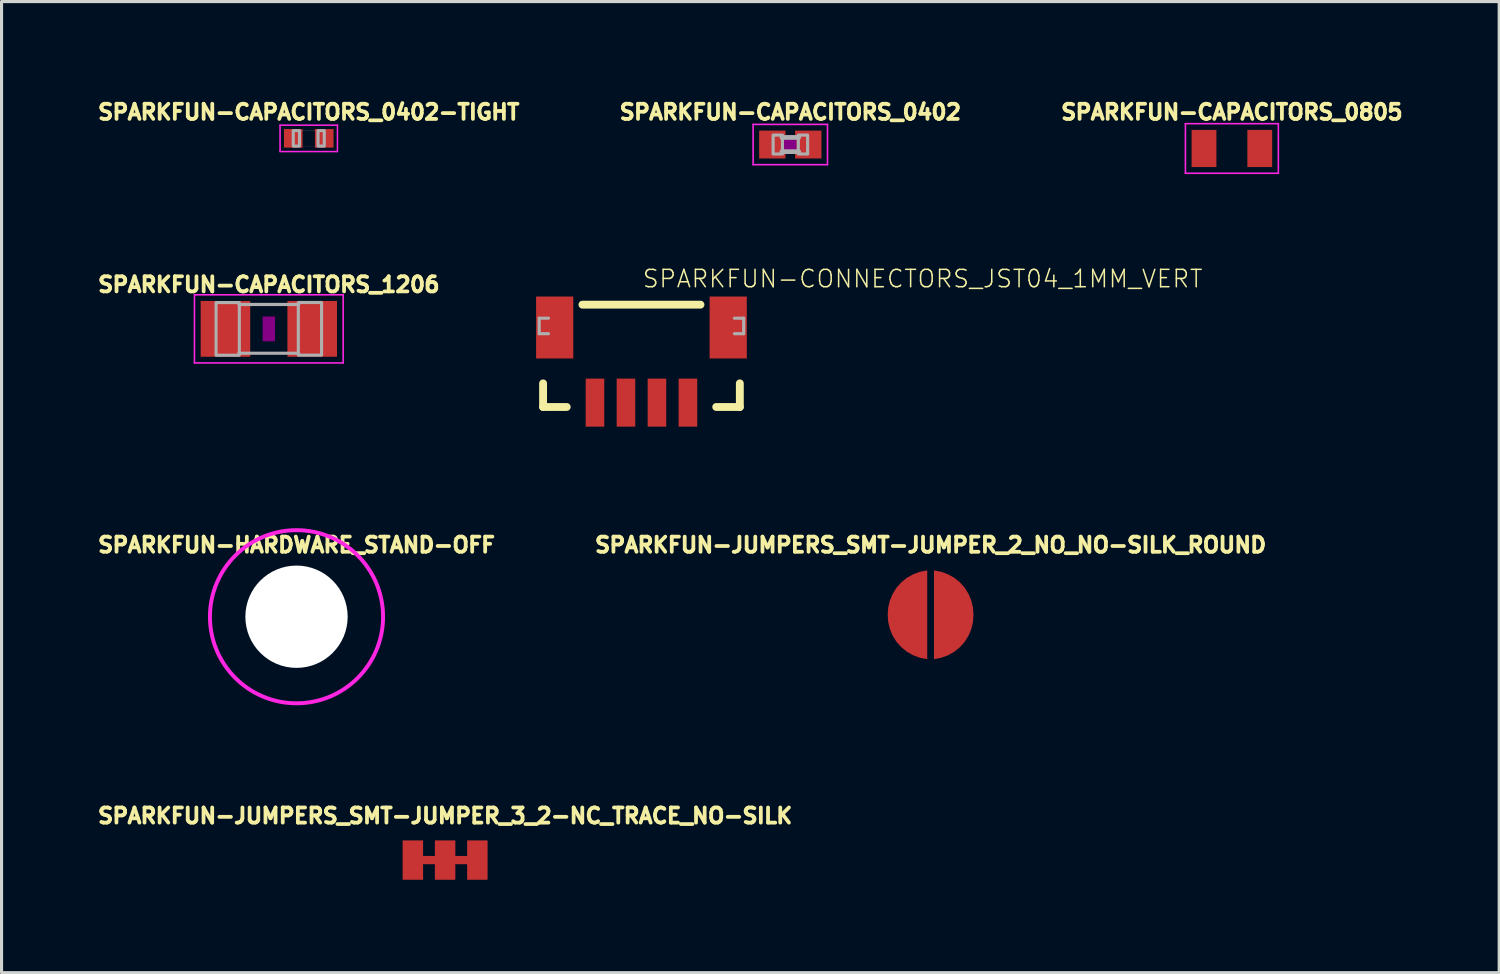
<source format=kicad_pcb>
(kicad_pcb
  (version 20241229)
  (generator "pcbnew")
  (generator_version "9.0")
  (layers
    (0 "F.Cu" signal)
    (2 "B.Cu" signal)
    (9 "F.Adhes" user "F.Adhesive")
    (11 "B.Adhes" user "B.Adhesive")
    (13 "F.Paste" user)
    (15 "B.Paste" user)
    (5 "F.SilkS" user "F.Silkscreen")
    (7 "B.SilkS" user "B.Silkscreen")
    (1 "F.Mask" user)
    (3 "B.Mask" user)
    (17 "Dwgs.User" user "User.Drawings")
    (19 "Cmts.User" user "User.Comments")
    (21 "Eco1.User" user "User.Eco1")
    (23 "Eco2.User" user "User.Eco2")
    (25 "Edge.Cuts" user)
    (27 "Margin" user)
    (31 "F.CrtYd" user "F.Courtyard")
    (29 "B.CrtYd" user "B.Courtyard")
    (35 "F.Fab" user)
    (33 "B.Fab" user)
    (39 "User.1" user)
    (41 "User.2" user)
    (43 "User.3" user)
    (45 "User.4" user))
  (footprint "SPARKFUN-JUMPERS_SMT-JUMPER_3_2-NC_TRACE_NO-SILK"
    (layer "F.Cu")
    (at 11.316 24.709)
    (property "Reference" "SPARKFUN-JUMPERS_SMT-JUMPER_3_2-NC_TRACE_NO-SILK" (at 0 -1.143 0) (unlocked yes) (layer "F.SilkS") (effects (font (size 0.488 0.488) (thickness 0.122)) (justify bottom)))
    (fp_poly (pts (xy -0.502 0.133) (xy -1.238 0.133) (xy -1.238 -0.133) (xy -0.502 -0.133)) (stroke (width 0) (type default)) (fill yes) (layer "F.Cu"))
    (fp_poly (pts (xy 0.54 0.133) (xy -0.54 0.133) (xy -0.54 -0.133) (xy 0.54 -0.133)) (stroke (width 0) (type default)) (fill yes) (layer "F.Cu"))
    (fp_poly (pts (xy 1.238 0.133) (xy 0.502 0.133) (xy 0.502 -0.133) (xy 1.238 -0.133)) (stroke (width 0) (type default)) (fill yes) (layer "F.Cu"))
    (fp_poly (pts (xy -0.254 0.191) (xy -0.762 0.191) (xy -0.762 -0.191) (xy -0.254 -0.191)) (stroke (width 0) (type default)) (fill yes) (layer "F.Mask"))
    (fp_poly (pts (xy 0.762 0.191) (xy 0.254 0.191) (xy 0.254 -0.191) (xy 0.762 -0.191)) (stroke (width 0) (type default)) (fill yes) (layer "F.Mask"))
    (pad "1" smd rect (at -1.041 0) (size 0.66 1.27) (layers "F.Cu" "F.Mask"))
    (pad "2" smd rect (at 0 0) (size 0.66 1.27) (layers "F.Cu" "F.Mask"))
    (pad "3" smd rect (at 1.041 0) (size 0.66 1.27) (layers "F.Cu" "F.Mask")))
  (footprint "SPARKFUN-CAPACITORS_1206"
    (layer "F.Cu")
    (at 5.626 7.564)
    (property "Reference" "SPARKFUN-CAPACITORS_1206" (at 0 -1.143 0) (unlocked yes) (layer "F.SilkS") (effects (font (size 0.488 0.488) (thickness 0.122)) (justify bottom)))
    (fp_poly (pts (xy -0.2 0.4) (xy 0.2 0.4) (xy 0.2 -0.4) (xy -0.2 -0.4)) (stroke (width 0) (type default)) (fill yes) (layer "F.Adhes"))
    (fp_line (start -2.4 -1.1) (end 2.4 -1.1) (stroke (width 0.051) (type solid)) (layer "F.CrtYd"))
    (fp_line (start -2.4 1.1) (end -2.4 -1.1) (stroke (width 0.051) (type solid)) (layer "F.CrtYd"))
    (fp_line (start 2.4 -1.1) (end 2.4 1.1) (stroke (width 0.051) (type solid)) (layer "F.CrtYd"))
    (fp_line (start 2.4 1.1) (end -2.4 1.1) (stroke (width 0.051) (type solid)) (layer "F.CrtYd"))
    (fp_line (start -0.965 -0.787) (end 0.965 -0.787) (stroke (width 0.102) (type solid)) (layer "F.Fab"))
    (fp_line (start -0.965 0.787) (end 0.965 0.787) (stroke (width 0.102) (type solid)) (layer "F.Fab"))
    (fp_poly (pts (xy -1.702 0.851) (xy -0.952 0.851) (xy -0.952 -0.849) (xy -1.702 -0.849)) (stroke (width 0.1) (type default)) (fill no) (layer "F.Fab"))
    (fp_poly (pts (xy 0.952 0.849) (xy 1.702 0.849) (xy 1.702 -0.851) (xy 0.952 -0.851)) (stroke (width 0.1) (type default)) (fill no) (layer "F.Fab"))
    (pad "1" smd rect (at -1.4 0) (size 1.6 1.8) (layers "F.Cu" "F.Mask" "F.Paste"))
    (pad "2" smd rect (at 1.4 0) (size 1.6 1.8) (layers "F.Cu" "F.Mask" "F.Paste")))
  (footprint "SPARKFUN-JUMPERS_SMT-JUMPER_2_NO_NO-SILK_ROUND"
    (layer "F.Cu")
    (at 26.985 16.792)
    (property "Reference" "SPARKFUN-JUMPERS_SMT-JUMPER_2_NO_NO-SILK_ROUND" (at 0 -1.968 0) (unlocked yes) (layer "F.SilkS") (effects (font (size 0.488 0.488) (thickness 0.122)) (justify bottom)))
    (fp_poly (pts (xy -0.109 1.432) (xy -0.341 1.388) (xy -0.56 1.308) (xy -0.763 1.194) (xy -0.945 1.047) (xy -1.1 0.873) (xy -1.224 0.675) (xy -1.314 0.46) (xy -1.368 0.233) (xy -1.384 0) (xy -1.368 -0.233) (xy -1.314 -0.46) (xy -1.224 -0.675) (xy -1.1 -0.873) (xy -0.945 -1.047) (xy -0.763 -1.194) (xy -0.56 -1.308) (xy -0.341 -1.388) (xy -0.109 -1.432)) (stroke (width 0) (type default)) (fill yes) (layer "F.Cu"))
    (fp_poly (pts (xy 0.341 -1.388) (xy 0.56 -1.308) (xy 0.763 -1.194) (xy 0.945 -1.047) (xy 1.1 -0.873) (xy 1.224 -0.675) (xy 1.314 -0.46) (xy 1.368 -0.233) (xy 1.384 0) (xy 1.368 0.233) (xy 1.314 0.46) (xy 1.224 0.675) (xy 1.1 0.873) (xy 0.945 1.047) (xy 0.763 1.194) (xy 0.56 1.308) (xy 0.341 1.388) (xy 0.109 1.432) (xy 0.109 -1.432)) (stroke (width 0) (type default)) (fill yes) (layer "F.Cu"))
    (fp_poly (pts (xy 0.266 -1.507) (xy 0.524 -1.438) (xy 0.765 -1.326) (xy 0.984 -1.173) (xy 1.173 -0.984) (xy 1.326 -0.765) (xy 1.44 -0.519) (xy 1.531 -0.004) (xy 1.507 0.266) (xy 1.438 0.524) (xy 1.326 0.765) (xy 1.173 0.984) (xy 0.984 1.173) (xy 0.765 1.326) (xy 0.524 1.438) (xy 0.266 1.507) (xy 0 1.531) (xy -0.266 1.507) (xy -0.524 1.438) (xy -0.765 1.326) (xy -0.984 1.173) (xy -1.173 0.984) (xy -1.326 0.765) (xy -1.438 0.524) (xy -1.507 0.266) (xy -1.531 0) (xy -1.507 -0.266) (xy -1.438 -0.524) (xy -1.326 -0.765) (xy -1.173 -0.984) (xy -0.984 -1.173) (xy -0.765 -1.326) (xy -0.524 -1.438) (xy -0.266 -1.507) (xy 0 -1.531)) (stroke (width 0) (type default)) (fill yes) (layer "F.Mask"))
    (pad "1" smd roundrect (at -1.27 0 270) (size 0.305 0.152) (layers "F.Cu") (roundrect_rratio 0.1))
    (pad "2" smd roundrect (at 1.27 0 90) (size 0.305 0.152) (layers "F.Cu") (roundrect_rratio 0.1)))
  (footprint "SPARKFUN-HARDWARE_STAND-OFF"
    (layer "F.Cu")
    (at 6.52 16.855)
    (property "Reference" "SPARKFUN-HARDWARE_STAND-OFF" (at 0 -2.032 0) (unlocked yes) (layer "F.SilkS") (effects (font (size 0.488 0.488) (thickness 0.122)) (justify bottom)))
    (fp_circle (center 0 0) (end 2.794 0) (stroke (width 0.127) (type solid)) (fill no) (layer "F.CrtYd"))
    (pad "" np_thru_hole circle (at 0 0) (size 3.302 3.302) (drill 3.302) (layers "*.Cu" "*.Mask")))
  (footprint "SPARKFUN-CONNECTORS_JST04_1MM_VERT"
    (layer "F.Cu")
    (at 17.653 10.72)
    (property "Reference" "SPARKFUN-CONNECTORS_JST04_1MM_VERT" (at 0 -4.445 0) (unlocked yes) (layer "F.SilkS") (effects (font (size 0.561 0.561) (thickness 0.049)) (justify left bottom)))
    (fp_line (start -3.175 -1.397) (end -3.175 -0.635) (stroke (width 0.254) (type solid)) (layer "F.SilkS"))
    (fp_line (start -3.175 -0.635) (end -2.413 -0.635) (stroke (width 0.254) (type solid)) (layer "F.SilkS"))
    (fp_line (start 1.905 -3.937) (end -1.905 -3.937) (stroke (width 0.254) (type solid)) (layer "F.SilkS"))
    (fp_line (start 3.175 -1.397) (end 3.175 -0.635) (stroke (width 0.254) (type solid)) (layer "F.SilkS"))
    (fp_line (start 3.175 -0.635) (end 2.413 -0.635) (stroke (width 0.254) (type solid)) (layer "F.SilkS"))
    (fp_line (start -3.3 -3.5) (end -3.3 -3) (stroke (width 0.1) (type solid)) (layer "F.Fab"))
    (fp_line (start -3.3 -3) (end -3 -3) (stroke (width 0.1) (type solid)) (layer "F.Fab"))
    (fp_line (start -3 -3.5) (end -3.3 -3.5) (stroke (width 0.1) (type solid)) (layer "F.Fab"))
    (fp_line (start 3 -3) (end 3.3 -3) (stroke (width 0.1) (type solid)) (layer "F.Fab"))
    (fp_line (start 3.3 -3.5) (end 3 -3.5) (stroke (width 0.1) (type solid)) (layer "F.Fab"))
    (fp_line (start 3.3 -3) (end 3.3 -3.5) (stroke (width 0.1) (type solid)) (layer "F.Fab"))
    (pad "1" smd rect (at -1.5 -0.775) (size 0.6 1.55) (layers "F.Cu" "F.Mask" "F.Paste"))
    (pad "2" smd rect (at -0.5 -0.775) (size 0.6 1.55) (layers "F.Cu" "F.Mask" "F.Paste"))
    (pad "3" smd rect (at 0.5 -0.775) (size 0.6 1.55) (layers "F.Cu" "F.Mask" "F.Paste"))
    (pad "4" smd rect (at 1.5 -0.775) (size 0.6 1.55) (layers "F.Cu" "F.Mask" "F.Paste"))
    (pad "NC1" smd rect (at -2.8 -3.2) (size 1.2 2) (layers "F.Cu" "F.Mask" "F.Paste"))
    (pad "NC2" smd rect (at 2.8 -3.2) (size 1.2 2) (layers "F.Cu" "F.Mask" "F.Paste")))
  (footprint "SPARKFUN-CAPACITORS_0402-TIGHT"
    (layer "F.Cu")
    (at 6.915 1.415)
    (property "Reference" "SPARKFUN-CAPACITORS_0402-TIGHT" (at 0 -0.562 0) (unlocked yes) (layer "F.SilkS") (effects (font (size 0.488 0.488) (thickness 0.122)) (justify bottom)))
    (fp_line (start -0.926 -0.426) (end -0.926 0.426) (stroke (width 0.05) (type solid)) (layer "F.CrtYd"))
    (fp_line (start -0.926 0.426) (end 0.926 0.426) (stroke (width 0.05) (type solid)) (layer "F.CrtYd"))
    (fp_line (start 0.926 -0.426) (end -0.926 -0.426) (stroke (width 0.05) (type solid)) (layer "F.CrtYd"))
    (fp_line (start 0.926 0.426) (end 0.926 -0.426) (stroke (width 0.05) (type solid)) (layer "F.CrtYd"))
    (fp_line (start -0.5 -0.25) (end 0.5 -0.25) (stroke (width 0.003) (type solid)) (layer "F.Fab"))
    (fp_line (start -0.5 0.25) (end -0.5 -0.25) (stroke (width 0.003) (type solid)) (layer "F.Fab"))
    (fp_line (start 0.5 -0.25) (end 0.5 0.25) (stroke (width 0.003) (type solid)) (layer "F.Fab"))
    (fp_line (start 0.5 0.25) (end -0.5 0.25) (stroke (width 0.003) (type solid)) (layer "F.Fab"))
    (fp_poly (pts (xy -0.5 0.25) (xy -0.3 0.25) (xy -0.3 -0.25) (xy -0.5 -0.25)) (stroke (width 0.1) (type default)) (fill no) (layer "F.Fab"))
    (fp_poly (pts (xy 0.5 -0.25) (xy 0.3 -0.25) (xy 0.3 0.25) (xy 0.5 0.25)) (stroke (width 0.1) (type default)) (fill no) (layer "F.Fab"))
    (pad "1" smd rect (at -0.5 0) (size 0.6 0.6) (layers "F.Cu" "F.Mask" "F.Paste"))
    (pad "2" smd rect (at 0.5 0) (size 0.6 0.6) (layers "F.Cu" "F.Mask" "F.Paste")))
  (footprint "SPARKFUN-CAPACITORS_0402"
    (layer "F.Cu")
    (at 22.457 1.615)
    (property "Reference" "SPARKFUN-CAPACITORS_0402" (at 0 -0.762 0) (unlocked yes) (layer "F.SilkS") (effects (font (size 0.488 0.488) (thickness 0.122)) (justify bottom)))
    (fp_poly (pts (xy -0.2 0.3) (xy 0.2 0.3) (xy 0.2 -0.3) (xy -0.2 -0.3)) (stroke (width 0) (type default)) (fill yes) (layer "F.Adhes"))
    (fp_line (start -1.2 -0.65) (end 1.2 -0.65) (stroke (width 0.051) (type solid)) (layer "F.CrtYd"))
    (fp_line (start -1.2 0.65) (end -1.2 -0.65) (stroke (width 0.051) (type solid)) (layer "F.CrtYd"))
    (fp_line (start 1.2 -0.65) (end 1.2 0.65) (stroke (width 0.051) (type solid)) (layer "F.CrtYd"))
    (fp_line (start 1.2 0.65) (end -1.2 0.65) (stroke (width 0.051) (type solid)) (layer "F.CrtYd"))
    (fp_line (start -0.27 -0.229) (end 0.27 -0.229) (stroke (width 0.152) (type solid)) (layer "F.Fab"))
    (fp_line (start 0.27 0.229) (end -0.27 0.229) (stroke (width 0.152) (type solid)) (layer "F.Fab"))
    (fp_poly (pts (xy -0.554 0.305) (xy -0.254 0.305) (xy -0.254 -0.305) (xy -0.554 -0.305)) (stroke (width 0.1) (type default)) (fill no) (layer "F.Fab"))
    (fp_poly (pts (xy 0.259 0.305) (xy 0.559 0.305) (xy 0.559 -0.305) (xy 0.259 -0.305)) (stroke (width 0.1) (type default)) (fill no) (layer "F.Fab"))
    (pad "1" smd rect (at -0.58 0) (size 0.85 0.9) (layers "F.Cu" "F.Mask" "F.Paste"))
    (pad "2" smd rect (at 0.58 0) (size 0.85 0.9) (layers "F.Cu" "F.Mask" "F.Paste")))
  (footprint "SPARKFUN-CAPACITORS_0805"
    (layer "F.Cu")
    (at 36.709 1.742)
    (property "Reference" "SPARKFUN-CAPACITORS_0805" (at 0 -0.889 0) (unlocked yes) (layer "F.SilkS") (effects (font (size 0.488 0.488) (thickness 0.122)) (justify bottom)))
    (fp_line (start -1.5 -0.8) (end 1.5 -0.8) (stroke (width 0.051) (type solid)) (layer "F.CrtYd"))
    (fp_line (start -1.5 0.8) (end -1.5 -0.8) (stroke (width 0.051) (type solid)) (layer "F.CrtYd"))
    (fp_line (start 1.5 -0.8) (end 1.5 0.8) (stroke (width 0.051) (type solid)) (layer "F.CrtYd"))
    (fp_line (start 1.5 0.8) (end -1.5 0.8) (stroke (width 0.051) (type solid)) (layer "F.CrtYd"))
    (pad "1" smd rect (at -0.9 0) (size 0.8 1.2) (layers "F.Cu" "F.Mask" "F.Paste"))
    (pad "2" smd rect (at 0.9 0) (size 0.8 1.2) (layers "F.Cu" "F.Mask" "F.Paste")))
  (gr_rect
    (start -3 -3)
    (end 45.336 28.344)
    (stroke (width 0.1) (type default))
    (fill no)
    (layer "Edge.Cuts")))
</source>
